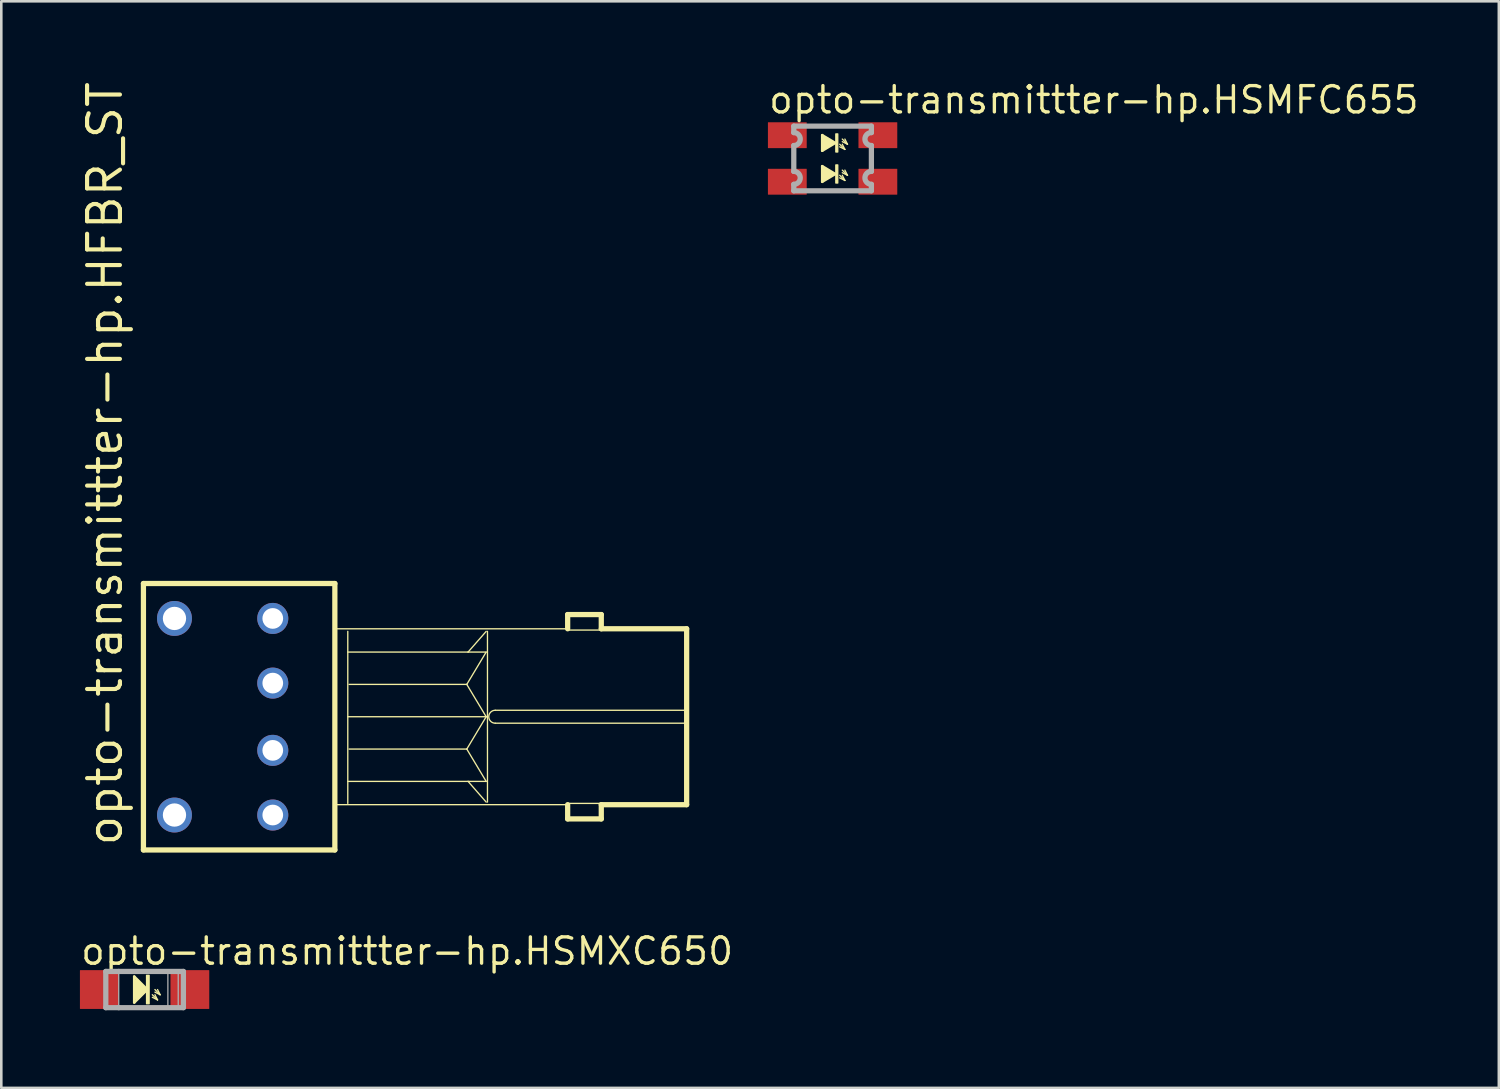
<source format=kicad_pcb>
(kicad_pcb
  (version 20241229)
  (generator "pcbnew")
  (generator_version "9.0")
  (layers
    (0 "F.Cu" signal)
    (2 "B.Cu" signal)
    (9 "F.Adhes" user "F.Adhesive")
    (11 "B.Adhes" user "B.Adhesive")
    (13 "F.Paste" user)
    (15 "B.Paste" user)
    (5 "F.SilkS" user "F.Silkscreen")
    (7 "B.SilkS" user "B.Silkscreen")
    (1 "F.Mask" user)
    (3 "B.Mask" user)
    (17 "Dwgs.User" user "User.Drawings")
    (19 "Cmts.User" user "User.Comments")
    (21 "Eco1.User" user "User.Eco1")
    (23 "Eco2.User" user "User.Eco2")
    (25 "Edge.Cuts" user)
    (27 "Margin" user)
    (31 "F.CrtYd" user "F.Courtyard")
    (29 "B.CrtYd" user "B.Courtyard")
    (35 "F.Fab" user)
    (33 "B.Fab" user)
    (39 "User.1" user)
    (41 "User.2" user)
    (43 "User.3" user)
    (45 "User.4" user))
  (footprint "opto-transmittter-hp.HSMFC655"
    (layer "F.Cu")
    (at 29.137 3.076)
    (property "Reference" "opto-transmittter-hp.HSMFC655" (at -2.54 -1.67 0) (layer "F.SilkS") (effects (font (size 1.016 1.016) (thickness 0.13)) (justify left bottom)))
    (attr smd)
    (fp_line (start -0.4 -0.9) (end -0.4 -0.3) (stroke (width 0.102) (type default)) (layer "F.SilkS"))
    (fp_line (start -0.4 -0.3) (end 0.1 -0.6) (stroke (width 0.102) (type default)) (layer "F.SilkS"))
    (fp_line (start -0.4 0.3) (end -0.4 0.9) (stroke (width 0.102) (type default)) (layer "F.SilkS"))
    (fp_line (start -0.4 0.9) (end 0.1 0.6) (stroke (width 0.102) (type default)) (layer "F.SilkS"))
    (fp_line (start -0.3 -0.75) (end -0.3 -0.45) (stroke (width 0.203) (type default)) (layer "F.SilkS"))
    (fp_line (start -0.3 -0.45) (end -0.075 -0.6) (stroke (width 0.203) (type default)) (layer "F.SilkS"))
    (fp_line (start -0.3 0.45) (end -0.3 0.75) (stroke (width 0.203) (type default)) (layer "F.SilkS"))
    (fp_line (start -0.3 0.75) (end -0.075 0.6) (stroke (width 0.203) (type default)) (layer "F.SilkS"))
    (fp_line (start -0.075 -0.6) (end -0.3 -0.75) (stroke (width 0.203) (type default)) (layer "F.SilkS"))
    (fp_line (start -0.075 0.6) (end -0.3 0.45) (stroke (width 0.203) (type default)) (layer "F.SilkS"))
    (fp_line (start 0.1 -0.6) (end -0.4 -0.9) (stroke (width 0.1) (type default)) (layer "F.SilkS"))
    (fp_line (start 0.1 0.6) (end -0.4 0.3) (stroke (width 0.102) (type default)) (layer "F.SilkS"))
    (fp_line (start 0.275 -0.55) (end 0.475 -0.35) (stroke (width 0.051) (type default)) (layer "F.SilkS"))
    (fp_line (start 0.275 0.65) (end 0.475 0.85) (stroke (width 0.051) (type default)) (layer "F.SilkS"))
    (fp_line (start 0.375 -0.75) (end 0.575 -0.55) (stroke (width 0.051) (type default)) (layer "F.SilkS"))
    (fp_line (start 0.375 0.45) (end 0.575 0.65) (stroke (width 0.051) (type default)) (layer "F.SilkS"))
    (fp_line (start 0.475 -0.35) (end 0.275 -0.45) (stroke (width 0.051) (type default)) (layer "F.SilkS"))
    (fp_line (start 0.475 -0.35) (end 0.375 -0.55) (stroke (width 0.051) (type default)) (layer "F.SilkS"))
    (fp_line (start 0.475 0.85) (end 0.275 0.75) (stroke (width 0.051) (type default)) (layer "F.SilkS"))
    (fp_line (start 0.475 0.85) (end 0.375 0.65) (stroke (width 0.051) (type default)) (layer "F.SilkS"))
    (fp_line (start 0.575 -0.55) (end 0.375 -0.65) (stroke (width 0.051) (type default)) (layer "F.SilkS"))
    (fp_line (start 0.575 -0.55) (end 0.475 -0.75) (stroke (width 0.051) (type default)) (layer "F.SilkS"))
    (fp_line (start 0.575 0.65) (end 0.375 0.55) (stroke (width 0.051) (type default)) (layer "F.SilkS"))
    (fp_line (start 0.575 0.65) (end 0.475 0.45) (stroke (width 0.051) (type default)) (layer "F.SilkS"))
    (fp_rect (start 0.125 -0.25) (end 0.2 -0.95) (stroke (width 0.05) (type default)) (fill yes) (layer "F.SilkS"))
    (fp_rect (start 0.125 0.95) (end 0.2 0.25) (stroke (width 0.05) (type default)) (fill yes) (layer "F.SilkS"))
    (fp_line (start -1.5 -1.25) (end -1.5 -1) (stroke (width 0.203) (type default)) (layer "F.Fab"))
    (fp_line (start -1.5 -0.5) (end -1.5 0.5) (stroke (width 0.203) (type default)) (layer "F.Fab"))
    (fp_line (start -1.5 1) (end -1.5 1.25) (stroke (width 0.203) (type default)) (layer "F.Fab"))
    (fp_line (start -1.5 1.25) (end 1.5 1.25) (stroke (width 0.203) (type default)) (layer "F.Fab"))
    (fp_line (start 1.5 -1.25) (end -1.5 -1.25) (stroke (width 0.203) (type default)) (layer "F.Fab"))
    (fp_line (start 1.5 -1.25) (end 1.5 -1) (stroke (width 0.203) (type default)) (layer "F.Fab"))
    (fp_line (start 1.5 -0.5) (end 1.5 0.5) (stroke (width 0.203) (type default)) (layer "F.Fab"))
    (fp_line (start 1.5 1.25) (end 1.5 1) (stroke (width 0.203) (type default)) (layer "F.Fab"))
    (fp_arc (start -1.5 -1) (mid -1.25 -0.75) (end -1.5 -0.5) (stroke (width 0.2032) (type default)) (layer "F.Fab"))
    (fp_arc (start -1.5 0.5) (mid -1.25 0.75) (end -1.5 1) (stroke (width 0.2032) (type default)) (layer "F.Fab"))
    (fp_arc (start 1.5 -0.5) (mid 1.25 -0.75) (end 1.5 -1) (stroke (width 0.2032) (type default)) (layer "F.Fab"))
    (fp_arc (start 1.5 1) (mid 1.25 0.75) (end 1.5 0.5) (stroke (width 0.2032) (type default)) (layer "F.Fab"))
    (pad "A-GRN" smd roundrect (at -1.75 -0.9) (size 1.5 1) (layers "F.Cu" "F.Mask" "F.Paste") (roundrect_rratio 0.01))
    (pad "A-RED" smd roundrect (at -1.75 0.9) (size 1.5 1) (layers "F.Cu" "F.Mask" "F.Paste") (roundrect_rratio 0.01))
    (pad "K-GRN" smd roundrect (at 1.75 -0.9) (size 1.5 1) (layers "F.Cu" "F.Mask" "F.Paste") (roundrect_rratio 0.01))
    (pad "K-RED" smd roundrect (at 1.75 0.9) (size 1.5 1) (layers "F.Cu" "F.Mask" "F.Paste") (roundrect_rratio 0.01)))
  (footprint "opto-transmittter-hp.HFBR_ST"
    (layer "F.Cu")
    (at 6.195 24.658)
    (property "Reference" "opto-transmittter-hp.HFBR_ST" (at -4.445 5.08 90) (layer "F.SilkS") (effects (font (size 1.27 1.27) (thickness 0.16)) (justify left bottom)))
    (attr through_hole)
    (fp_line (start -3.7 -5.15) (end 3.7 -5.15) (stroke (width 0.203) (type default)) (layer "F.SilkS"))
    (fp_line (start -3.7 5.15) (end -3.7 -5.15) (stroke (width 0.203) (type default)) (layer "F.SilkS"))
    (fp_line (start 3.7 -5.15) (end 3.7 5.15) (stroke (width 0.203) (type default)) (layer "F.SilkS"))
    (fp_line (start 3.7 5.15) (end -3.7 5.15) (stroke (width 0.203) (type default)) (layer "F.SilkS"))
    (fp_line (start 3.8 -3.4) (end 12.7 -3.4) (stroke (width 0.051) (type default)) (layer "F.SilkS"))
    (fp_line (start 4.2 -3.3) (end 4.2 3.35) (stroke (width 0.051) (type default)) (layer "F.SilkS"))
    (fp_line (start 8.8 -1.25) (end 4.25 -1.25) (stroke (width 0.051) (type default)) (layer "F.SilkS"))
    (fp_line (start 8.8 -1.25) (end 9.55 -2.5) (stroke (width 0.051) (type default)) (layer "F.SilkS"))
    (fp_line (start 8.8 1.25) (end 4.25 1.25) (stroke (width 0.051) (type default)) (layer "F.SilkS"))
    (fp_line (start 8.8 1.25) (end 9.55 0) (stroke (width 0.051) (type default)) (layer "F.SilkS"))
    (fp_line (start 8.85 -2.5) (end 4.2 -2.5) (stroke (width 0.051) (type default)) (layer "F.SilkS"))
    (fp_line (start 8.85 -2.5) (end 9.55 -3.3) (stroke (width 0.051) (type default)) (layer "F.SilkS"))
    (fp_line (start 8.85 2.5) (end 4.2 2.5) (stroke (width 0.051) (type default)) (layer "F.SilkS"))
    (fp_line (start 8.85 2.5) (end 9.55 3.3) (stroke (width 0.051) (type default)) (layer "F.SilkS"))
    (fp_line (start 9.55 -2.5) (end 8.85 -2.5) (stroke (width 0.051) (type default)) (layer "F.SilkS"))
    (fp_line (start 9.55 0) (end 4.2 0) (stroke (width 0.051) (type default)) (layer "F.SilkS"))
    (fp_line (start 9.55 0) (end 8.8 -1.25) (stroke (width 0.051) (type default)) (layer "F.SilkS"))
    (fp_line (start 9.55 2.5) (end 8.8 1.25) (stroke (width 0.051) (type default)) (layer "F.SilkS"))
    (fp_line (start 9.55 2.5) (end 8.85 2.5) (stroke (width 0.051) (type default)) (layer "F.SilkS"))
    (fp_line (start 9.6 -3.3) (end 9.6 3.3) (stroke (width 0.051) (type default)) (layer "F.SilkS"))
    (fp_line (start 9.9 -0.25) (end 17.2 -0.25) (stroke (width 0.051) (type default)) (layer "F.SilkS"))
    (fp_line (start 9.9 0.25) (end 17.2 0.25) (stroke (width 0.051) (type default)) (layer "F.SilkS"))
    (fp_line (start 12.7 -3.95) (end 14 -3.95) (stroke (width 0.203) (type default)) (layer "F.SilkS"))
    (fp_line (start 12.7 -3.4) (end 12.7 -3.95) (stroke (width 0.203) (type default)) (layer "F.SilkS"))
    (fp_line (start 12.7 3.35) (end 14 3.35) (stroke (width 0.051) (type default)) (layer "F.SilkS"))
    (fp_line (start 12.7 3.4) (end 3.8 3.4) (stroke (width 0.051) (type default)) (layer "F.SilkS"))
    (fp_line (start 12.7 3.4) (end 12.7 3.95) (stroke (width 0.203) (type default)) (layer "F.SilkS"))
    (fp_line (start 12.7 3.95) (end 14 3.95) (stroke (width 0.203) (type default)) (layer "F.SilkS"))
    (fp_line (start 12.75 -3.35) (end 13.95 -3.35) (stroke (width 0.051) (type default)) (layer "F.SilkS"))
    (fp_line (start 14 -3.95) (end 14 -3.4) (stroke (width 0.203) (type default)) (layer "F.SilkS"))
    (fp_line (start 14 -3.4) (end 17.3 -3.4) (stroke (width 0.203) (type default)) (layer "F.SilkS"))
    (fp_line (start 14 3.95) (end 14 3.4) (stroke (width 0.203) (type default)) (layer "F.SilkS"))
    (fp_line (start 17.3 -3.4) (end 17.3 3.4) (stroke (width 0.203) (type default)) (layer "F.SilkS"))
    (fp_line (start 17.3 3.4) (end 14 3.4) (stroke (width 0.203) (type default)) (layer "F.SilkS"))
    (fp_arc (start 9.9 0.25) (mid 9.65 0) (end 9.9 -0.25) (stroke (width 0.0508) (type default)) (layer "F.SilkS"))
    (pad "1" thru_hole circle (at -2.5 -3.8) (size 1.35 1.35) (drill 0.9) (layers "*.Cu" "*.Mask"))
    (pad "4" thru_hole circle (at -2.5 3.8) (size 1.35 1.35) (drill 0.9) (layers "*.Cu" "*.Mask"))
    (pad "5" thru_hole circle (at 1.3 3.8) (size 1.2 1.2) (drill 0.8) (layers "*.Cu" "*.Mask"))
    (pad "6" thru_hole circle (at 1.3 1.3) (size 1.2 1.2) (drill 0.8) (layers "*.Cu" "*.Mask"))
    (pad "7" thru_hole circle (at 1.3 -1.3) (size 1.2 1.2) (drill 0.8) (layers "*.Cu" "*.Mask"))
    (pad "8" thru_hole circle (at 1.3 -3.8) (size 1.2 1.2) (drill 0.8) (layers "*.Cu" "*.Mask")))
  (footprint "opto-transmittter-hp.HSMXC650"
    (layer "F.Cu")
    (at 2.54 35.205)
    (property "Reference" "opto-transmittter-hp.HSMXC650" (at -2.54 -0.889 0) (layer "F.SilkS") (effects (font (size 1.016 1.016) (thickness 0.13)) (justify left bottom)))
    (attr smd)
    (fp_line (start -0.4 -0.5) (end -0.4 0.5) (stroke (width 0.102) (type default)) (layer "F.SilkS"))
    (fp_line (start -0.4 0.5) (end 0.1 0) (stroke (width 0.102) (type default)) (layer "F.SilkS"))
    (fp_line (start -0.3 -0.3) (end -0.3 0.3) (stroke (width 0.203) (type default)) (layer "F.SilkS"))
    (fp_line (start -0.3 0.3) (end -0.025 0.025) (stroke (width 0.203) (type default)) (layer "F.SilkS"))
    (fp_line (start -0.2 -0.15) (end -0.2 0.025) (stroke (width 0.203) (type default)) (layer "F.SilkS"))
    (fp_line (start -0.025 0.025) (end -0.2 -0.15) (stroke (width 0.203) (type default)) (layer "F.SilkS"))
    (fp_line (start 0.1 0) (end -0.4 -0.5) (stroke (width 0.102) (type default)) (layer "F.SilkS"))
    (fp_line (start 0.3 0.2) (end 0.5 0.4) (stroke (width 0.051) (type default)) (layer "F.SilkS"))
    (fp_line (start 0.4 0) (end 0.6 0.2) (stroke (width 0.051) (type default)) (layer "F.SilkS"))
    (fp_line (start 0.5 0.4) (end 0.3 0.3) (stroke (width 0.051) (type default)) (layer "F.SilkS"))
    (fp_line (start 0.5 0.4) (end 0.4 0.2) (stroke (width 0.051) (type default)) (layer "F.SilkS"))
    (fp_line (start 0.6 0.2) (end 0.4 0.1) (stroke (width 0.051) (type default)) (layer "F.SilkS"))
    (fp_line (start 0.6 0.2) (end 0.5 0) (stroke (width 0.051) (type default)) (layer "F.SilkS"))
    (fp_rect (start 0.075 0.55) (end 0.175 -0.55) (stroke (width 0.05) (type default)) (fill yes) (layer "F.SilkS"))
    (fp_line (start -1.5 -0.7) (end -1.5 0.7) (stroke (width 0.203) (type default)) (layer "F.Fab"))
    (fp_line (start -1.5 0.7) (end -1 0.7) (stroke (width 0.203) (type default)) (layer "F.Fab"))
    (fp_line (start -1 -0.7) (end -1.5 -0.7) (stroke (width 0.203) (type default)) (layer "F.Fab"))
    (fp_line (start -1 0.7) (end -1 -0.7) (stroke (width 0.051) (type default)) (layer "F.Fab"))
    (fp_line (start -1 0.7) (end 1.5 0.7) (stroke (width 0.203) (type default)) (layer "F.Fab"))
    (fp_line (start 1.5 -0.7) (end -1 -0.7) (stroke (width 0.203) (type default)) (layer "F.Fab"))
    (fp_line (start 1.5 0.7) (end 1.5 -0.7) (stroke (width 0.203) (type default)) (layer "F.Fab"))
    (fp_rect (start 0.9 0.7) (end 1.3 -0.7) (stroke (width 0.05) (type default)) (fill no) (layer "F.Fab"))
    (pad "A" smd roundrect (at -1.75 0) (size 1.5 1.5) (layers "F.Cu" "F.Mask" "F.Paste") (roundrect_rratio 0.01))
    (pad "K" smd roundrect (at 1.75 0) (size 1.5 1.5) (layers "F.Cu" "F.Mask" "F.Paste") (roundrect_rratio 0.01)))
  (gr_rect
    (start -3 -3)
    (end 54.893 39.007)
    (stroke (width 0.1) (type default))
    (fill no)
    (layer "Edge.Cuts")))
</source>
